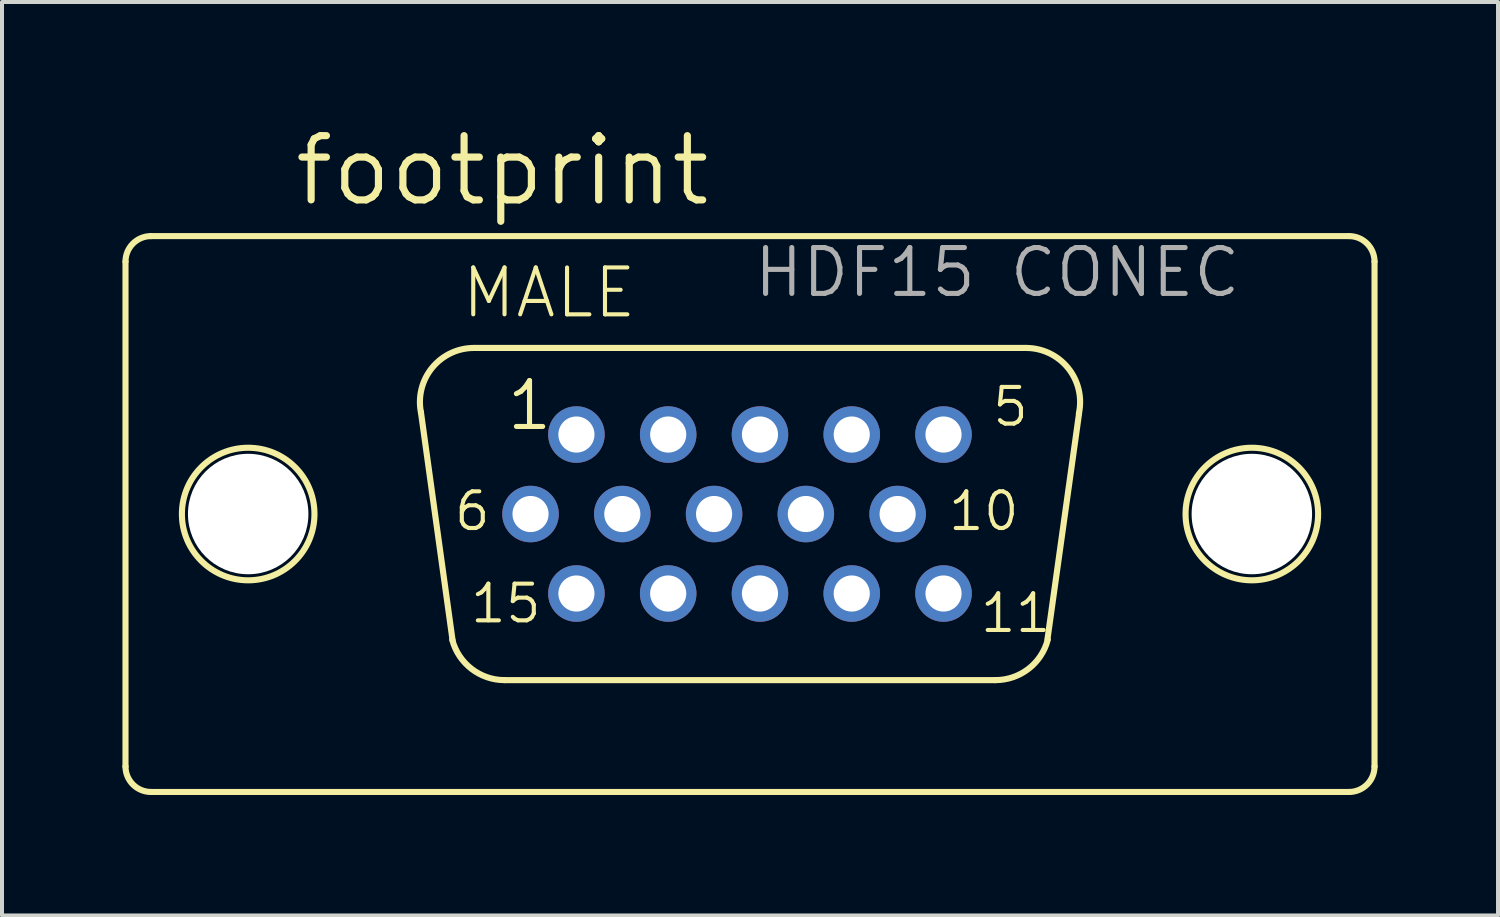
<source format=kicad_pcb>
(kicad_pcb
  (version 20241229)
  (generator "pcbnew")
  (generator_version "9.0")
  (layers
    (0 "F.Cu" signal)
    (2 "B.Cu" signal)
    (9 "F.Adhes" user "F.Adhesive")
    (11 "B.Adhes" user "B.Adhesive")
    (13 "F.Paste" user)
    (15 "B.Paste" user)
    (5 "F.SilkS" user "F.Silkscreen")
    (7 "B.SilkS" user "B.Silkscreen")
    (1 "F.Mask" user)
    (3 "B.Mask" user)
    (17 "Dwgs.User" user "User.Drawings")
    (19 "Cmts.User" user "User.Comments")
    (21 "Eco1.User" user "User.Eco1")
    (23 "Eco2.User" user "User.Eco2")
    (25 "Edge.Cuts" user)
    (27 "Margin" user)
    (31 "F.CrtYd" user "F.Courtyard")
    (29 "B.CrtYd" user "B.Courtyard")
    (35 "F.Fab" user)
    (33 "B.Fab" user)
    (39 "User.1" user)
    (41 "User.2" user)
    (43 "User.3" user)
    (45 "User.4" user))
  (footprint "footprint"
    (layer "F.Cu")
    (at 15.632 9.754)
    (property "Reference" "footprint" (at -11.43 -7.62 0) (layer "F.SilkS") (effects (font (size 1.6 1.6) (thickness 0.178)) (justify left bottom)))
    (fp_line (start -15.556 -6.288) (end -15.556 6.288) (stroke (width 0.152) (type solid)) (layer "F.SilkS"))
    (fp_line (start -14.913 6.923) (end 14.921 6.923) (stroke (width 0.152) (type solid)) (layer "F.SilkS"))
    (fp_line (start -7.409 3.146) (end -8.197 -2.537) (stroke (width 0.152) (type solid)) (layer "F.SilkS"))
    (fp_line (start -6.876 -4.137) (end 6.876 -4.137) (stroke (width 0.152) (type solid)) (layer "F.SilkS"))
    (fp_line (start -6.114 4.137) (end 6.114 4.137) (stroke (width 0.152) (type solid)) (layer "F.SilkS"))
    (fp_line (start 8.197 -2.511) (end 7.409 3.121) (stroke (width 0.152) (type solid)) (layer "F.SilkS"))
    (fp_line (start 14.913 -6.923) (end -14.921 -6.923) (stroke (width 0.152) (type solid)) (layer "F.SilkS"))
    (fp_line (start 15.556 -6.288) (end 15.556 6.288) (stroke (width 0.152) (type solid)) (layer "F.SilkS"))
    (fp_arc (start -15.556 -6.288) (mid -15.370013 -6.737013) (end -14.921 -6.923) (stroke (width 0.1524) (type solid)) (layer "F.SilkS"))
    (fp_arc (start -14.921 6.923) (mid -15.370013 6.737013) (end -15.556 6.288) (stroke (width 0.1524) (type solid)) (layer "F.SilkS"))
    (fp_arc (start -8.1961 -2.5268) (mid -7.917082 -3.644284) (end -6.876 -4.137) (stroke (width 0.1524) (type solid)) (layer "F.SilkS"))
    (fp_arc (start -6.114 4.137) (mid -6.9375 3.855745) (end -7.4169 3.1295) (stroke (width 0.1524) (type solid)) (layer "F.SilkS"))
    (fp_arc (start 6.876 -4.137) (mid 7.924557 -3.635183) (end 8.191499 -2.503798) (stroke (width 0.1524) (type solid)) (layer "F.SilkS"))
    (fp_arc (start 7.4169 3.1295) (mid 6.9375 3.855746) (end 6.114 4.137) (stroke (width 0.1524) (type solid)) (layer "F.SilkS"))
    (fp_arc (start 14.921 -6.923) (mid 15.370013 -6.737013) (end 15.556 -6.288) (stroke (width 0.1524) (type solid)) (layer "F.SilkS"))
    (fp_arc (start 15.556 6.288) (mid 15.370013 6.737013) (end 14.921 6.923) (stroke (width 0.1524) (type solid)) (layer "F.SilkS"))
    (fp_circle (center -12.5 0) (end -10.849 0) (stroke (width 0.152) (type solid)) (fill no) (layer "F.SilkS"))
    (fp_circle (center 12.5 0) (end 14.151 0) (stroke (width 0.152) (type solid)) (fill no) (layer "F.SilkS"))
    (fp_text user "MALE" (at -7.239 -4.826 0) (layer "F.SilkS") (effects (font (size 1.168 1.168) (thickness 0.102)) (justify left bottom)))
    (fp_text user "11" (at 5.68 3.005 0) (layer "F.SilkS") (effects (font (size 0.914 0.914) (thickness 0.102)) (justify left bottom)))
    (fp_text user "15" (at -7.02 2.765 0) (layer "F.SilkS") (effects (font (size 0.914 0.914) (thickness 0.102)) (justify left bottom)))
    (fp_text user "10" (at 4.885 0.465 0) (layer "F.SilkS") (effects (font (size 0.914 0.914) (thickness 0.102)) (justify left bottom)))
    (fp_text user "6" (at -7.42 0.465 0) (layer "F.SilkS") (effects (font (size 0.914 0.914) (thickness 0.102)) (justify left bottom)))
    (fp_text user "5" (at 5.985 -2.135 0) (layer "F.SilkS") (effects (font (size 0.914 0.914) (thickness 0.102)) (justify left bottom)))
    (fp_text user "1" (at -6.12 -2.035 0) (layer "F.SilkS") (effects (font (size 1.143 1.143) (thickness 0.127)) (justify left bottom)))
    (fp_text user "HDF15 CONEC" (at 0.032 -5.349 0) (layer "F.Fab") (effects (font (size 1.143 1.143) (thickness 0.127)) (justify left bottom)))
    (pad "" np_thru_hole circle (at -12.5 0) (size 3 3) (drill 3) (layers "*.Cu" "*.Mask"))
    (pad "" np_thru_hole circle (at 12.5 0) (size 3 3) (drill 3) (layers "*.Cu" "*.Mask"))
    (pad "1" thru_hole circle (at -4.324 -1.98) (size 1.408 1.408) (drill 0.9) (layers "*.Cu" "*.Mask"))
    (pad "2" thru_hole circle (at -2.038 -1.98) (size 1.408 1.408) (drill 0.9) (layers "*.Cu" "*.Mask"))
    (pad "3" thru_hole circle (at 0.248 -1.98) (size 1.408 1.408) (drill 0.9) (layers "*.Cu" "*.Mask"))
    (pad "4" thru_hole circle (at 2.534 -1.98) (size 1.408 1.408) (drill 0.9) (layers "*.Cu" "*.Mask"))
    (pad "5" thru_hole circle (at 4.82 -1.98) (size 1.408 1.408) (drill 0.9) (layers "*.Cu" "*.Mask"))
    (pad "6" thru_hole circle (at -5.467 0) (size 1.408 1.408) (drill 0.9) (layers "*.Cu" "*.Mask"))
    (pad "7" thru_hole circle (at -3.181 0) (size 1.408 1.408) (drill 0.9) (layers "*.Cu" "*.Mask"))
    (pad "8" thru_hole circle (at -0.895 0) (size 1.408 1.408) (drill 0.9) (layers "*.Cu" "*.Mask"))
    (pad "9" thru_hole circle (at 1.391 0) (size 1.408 1.408) (drill 0.9) (layers "*.Cu" "*.Mask"))
    (pad "10" thru_hole circle (at 3.677 0) (size 1.408 1.408) (drill 0.9) (layers "*.Cu" "*.Mask"))
    (pad "11" thru_hole circle (at -4.324 1.98) (size 1.408 1.408) (drill 0.9) (layers "*.Cu" "*.Mask"))
    (pad "12" thru_hole circle (at -2.038 1.98) (size 1.408 1.408) (drill 0.9) (layers "*.Cu" "*.Mask"))
    (pad "13" thru_hole circle (at 0.248 1.98) (size 1.408 1.408) (drill 0.9) (layers "*.Cu" "*.Mask"))
    (pad "14" thru_hole circle (at 2.534 1.98) (size 1.408 1.408) (drill 0.9) (layers "*.Cu" "*.Mask"))
    (pad "15" thru_hole circle (at 4.82 1.98) (size 1.408 1.408) (drill 0.9) (layers "*.Cu" "*.Mask"))
    (zone (net_name "") (layers "F.Cu" "B.Cu") (hatch edge 0.508) (connect_pads) (min_thickness 0.254) (filled_areas_thickness no) (keepout (tracks allowed) (vias not_allowed) (pads allowed) (copperpour allowed) (footprints allowed)) (placement (enabled no)) (fill) (polygon (pts (xy 5.799 9.754) (xy 5.759 9.29) (xy 5.638 8.841) (xy 5.442 8.42) (xy 5.175 8.039) (xy 4.847 7.711) (xy 4.466 7.444) (xy 4.044 7.247) (xy 3.595 7.127) (xy 3.132 7.087) (xy 2.669 7.127) (xy 2.22 7.247) (xy 1.799 7.444) (xy 1.418 7.711) (xy 1.089 8.039) (xy 0.823 8.42) (xy 0.626 8.841) (xy 0.506 9.29) (xy 0.465 9.754) (xy 0.506 10.217) (xy 0.626 10.666) (xy 0.823 11.087) (xy 1.089 11.468) (xy 1.418 11.797) (xy 1.799 12.063) (xy 2.22 12.26) (xy 2.669 12.38) (xy 3.132 12.421) (xy 3.595 12.38) (xy 4.044 12.26) (xy 4.466 12.063) (xy 4.847 11.797) (xy 5.175 11.468) (xy 5.442 11.087) (xy 5.638 10.666) (xy 5.759 10.217))))
    (zone (net_name "") (layers "F.Cu" "B.Cu") (hatch edge 0.508) (connect_pads) (min_thickness 0.254) (filled_areas_thickness no) (keepout (tracks allowed) (vias not_allowed) (pads allowed) (copperpour allowed) (footprints allowed)) (placement (enabled no)) (fill) (polygon (pts (xy 30.799 9.754) (xy 30.759 9.29) (xy 30.638 8.841) (xy 30.442 8.42) (xy 30.175 8.039) (xy 29.847 7.711) (xy 29.466 7.444) (xy 29.044 7.247) (xy 28.595 7.127) (xy 28.132 7.087) (xy 27.669 7.127) (xy 27.22 7.247) (xy 26.799 7.444) (xy 26.418 7.711) (xy 26.089 8.039) (xy 25.823 8.42) (xy 25.626 8.841) (xy 25.506 9.29) (xy 25.465 9.754) (xy 25.506 10.217) (xy 25.626 10.666) (xy 25.823 11.087) (xy 26.089 11.468) (xy 26.418 11.797) (xy 26.799 12.063) (xy 27.22 12.26) (xy 27.669 12.38) (xy 28.132 12.421) (xy 28.595 12.38) (xy 29.044 12.26) (xy 29.466 12.063) (xy 29.847 11.797) (xy 30.175 11.468) (xy 30.442 11.087) (xy 30.638 10.666) (xy 30.759 10.217))))
    (zone (net_name "") (layer "B.Cu") (hatch edge 0.508) (connect_pads) (min_thickness 0.254) (filled_areas_thickness no) (keepout (tracks not_allowed) (vias not_allowed) (pads not_allowed) (copperpour not_allowed) (footprints allowed)) (placement (enabled no)) (fill) (polygon (pts (xy 5.799 9.754) (xy 5.759 9.29) (xy 5.638 8.841) (xy 5.442 8.42) (xy 5.175 8.039) (xy 4.847 7.711) (xy 4.466 7.444) (xy 4.044 7.247) (xy 3.595 7.127) (xy 3.132 7.087) (xy 2.669 7.127) (xy 2.22 7.247) (xy 1.799 7.444) (xy 1.418 7.711) (xy 1.089 8.039) (xy 0.823 8.42) (xy 0.626 8.841) (xy 0.506 9.29) (xy 0.465 9.754) (xy 0.506 10.217) (xy 0.626 10.666) (xy 0.823 11.087) (xy 1.089 11.468) (xy 1.418 11.797) (xy 1.799 12.063) (xy 2.22 12.26) (xy 2.669 12.38) (xy 3.132 12.421) (xy 3.595 12.38) (xy 4.044 12.26) (xy 4.466 12.063) (xy 4.847 11.797) (xy 5.175 11.468) (xy 5.442 11.087) (xy 5.638 10.666) (xy 5.759 10.217))))
    (zone (net_name "") (layer "B.Cu") (hatch edge 0.508) (connect_pads) (min_thickness 0.254) (filled_areas_thickness no) (keepout (tracks not_allowed) (vias not_allowed) (pads not_allowed) (copperpour not_allowed) (footprints allowed)) (placement (enabled no)) (fill) (polygon (pts (xy 30.799 9.754) (xy 30.759 9.29) (xy 30.638 8.841) (xy 30.442 8.42) (xy 30.175 8.039) (xy 29.847 7.711) (xy 29.466 7.444) (xy 29.044 7.247) (xy 28.595 7.127) (xy 28.132 7.087) (xy 27.669 7.127) (xy 27.22 7.247) (xy 26.799 7.444) (xy 26.418 7.711) (xy 26.089 8.039) (xy 25.823 8.42) (xy 25.626 8.841) (xy 25.506 9.29) (xy 25.465 9.754) (xy 25.506 10.217) (xy 25.626 10.666) (xy 25.823 11.087) (xy 26.089 11.468) (xy 26.418 11.797) (xy 26.799 12.063) (xy 27.22 12.26) (xy 27.669 12.38) (xy 28.132 12.421) (xy 28.595 12.38) (xy 29.044 12.26) (xy 29.466 12.063) (xy 29.847 11.797) (xy 30.175 11.468) (xy 30.442 11.087) (xy 30.638 10.666) (xy 30.759 10.217)))))
  (gr_rect
    (start -3 -3)
    (end 34.264 19.753)
    (stroke (width 0.1) (type default))
    (fill no)
    (layer "Edge.Cuts")))
</source>
